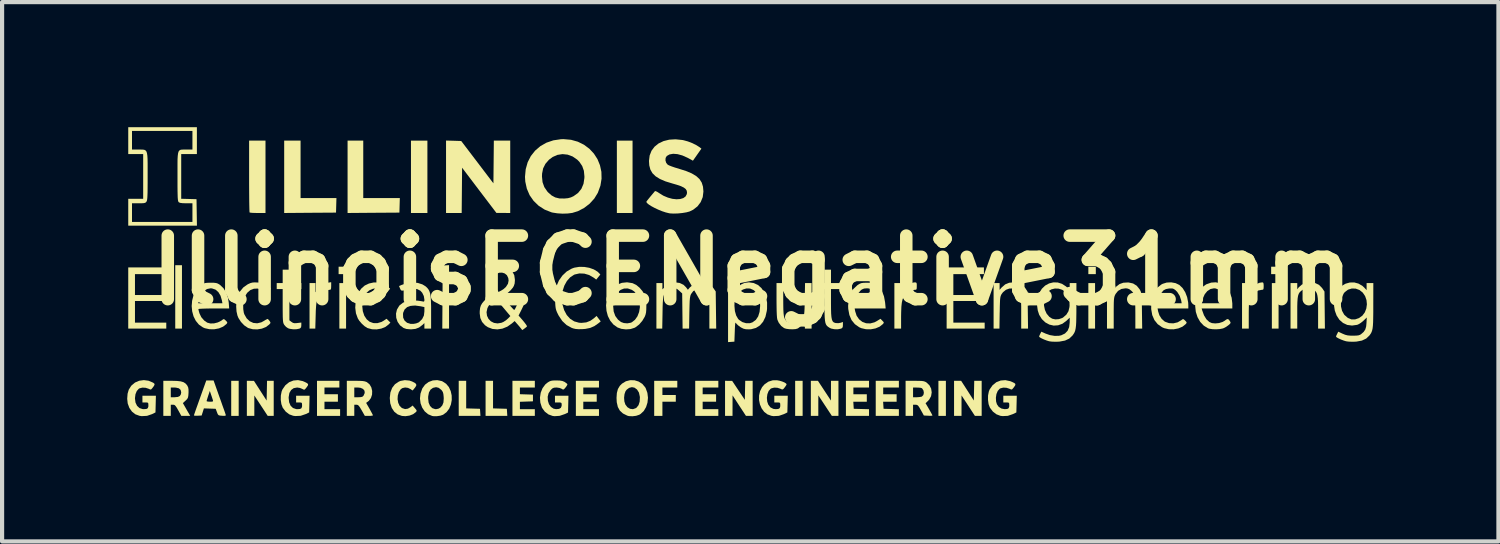
<source format=kicad_pcb>
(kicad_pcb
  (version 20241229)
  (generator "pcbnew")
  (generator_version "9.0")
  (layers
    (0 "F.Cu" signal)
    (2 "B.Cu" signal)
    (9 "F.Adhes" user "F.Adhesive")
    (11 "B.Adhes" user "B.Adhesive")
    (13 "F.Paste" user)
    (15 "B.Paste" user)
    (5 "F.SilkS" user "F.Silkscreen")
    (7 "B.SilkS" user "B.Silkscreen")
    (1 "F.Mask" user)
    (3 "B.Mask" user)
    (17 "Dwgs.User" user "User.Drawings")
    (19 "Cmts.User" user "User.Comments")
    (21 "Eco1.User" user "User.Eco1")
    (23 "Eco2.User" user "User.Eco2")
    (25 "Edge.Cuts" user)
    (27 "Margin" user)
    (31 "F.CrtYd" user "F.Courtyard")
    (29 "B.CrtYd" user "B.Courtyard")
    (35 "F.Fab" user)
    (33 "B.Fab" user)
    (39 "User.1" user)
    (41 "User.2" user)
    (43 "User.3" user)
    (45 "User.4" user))
  (footprint "IllinoisECENegative31mm"
    (layer "F.Cu")
    (at 14.979 3.434)
    (property "Reference" "IllinoisECENegative31mm" (at 0 0 0) (layer "F.SilkS") (effects (font (size 1.524 1.524) (thickness 0.3))))
    (attr board_only exclude_from_pos_files exclude_from_bom)
    (fp_poly (pts (xy -13.666 1.395) (xy -13.827 1.395) (xy -13.827 -0.125) (xy -13.666 -0.125)) (stroke (width 0) (type solid)) (fill yes) (layer "F.SilkS"))
    (fp_poly (pts (xy -12.306 3.488) (xy -12.485 3.488) (xy -12.485 2.647) (xy -12.306 2.647)) (stroke (width 0) (type solid)) (fill yes) (layer "F.SilkS"))
    (fp_poly (pts (xy -9.731 0.089) (xy -9.91 0.089) (xy -9.91 -0.089) (xy -9.731 -0.089)) (stroke (width 0) (type solid)) (fill yes) (layer "F.SilkS"))
    (fp_poly (pts (xy -9.731 1.395) (xy -9.892 1.395) (xy -9.892 0.304) (xy -9.731 0.304)) (stroke (width 0) (type solid)) (fill yes) (layer "F.SilkS"))
    (fp_poly (pts (xy -7.781 -1.377) (xy -8.175 -1.377) (xy -8.175 -3.112) (xy -7.781 -3.112)) (stroke (width 0) (type solid)) (fill yes) (layer "F.SilkS"))
    (fp_poly (pts (xy -2.862 -1.377) (xy -3.238 -1.377) (xy -3.238 -3.112) (xy -2.862 -3.112)) (stroke (width 0) (type solid)) (fill yes) (layer "F.SilkS"))
    (fp_poly (pts (xy 1.216 3.488) (xy 1.037 3.488) (xy 1.037 2.647) (xy 1.216 2.647)) (stroke (width 0) (type solid)) (fill yes) (layer "F.SilkS"))
    (fp_poly (pts (xy 4.651 3.488) (xy 4.472 3.488) (xy 4.472 2.647) (xy 4.651 2.647)) (stroke (width 0) (type solid)) (fill yes) (layer "F.SilkS"))
    (fp_poly (pts (xy 8.228 1.395) (xy 8.067 1.395) (xy 8.067 0.304) (xy 8.228 0.304)) (stroke (width 0) (type solid)) (fill yes) (layer "F.SilkS"))
    (fp_poly (pts (xy 8.246 0.089) (xy 8.067 0.089) (xy 8.067 -0.089) (xy 8.246 -0.089)) (stroke (width 0) (type solid)) (fill yes) (layer "F.SilkS"))
    (fp_poly (pts (xy 12.628 0.089) (xy 12.45 0.089) (xy 12.45 -0.089) (xy 12.628 -0.089)) (stroke (width 0) (type solid)) (fill yes) (layer "F.SilkS"))
    (fp_poly (pts (xy 12.628 1.395) (xy 12.467 1.395) (xy 12.467 0.304) (xy 12.628 0.304)) (stroke (width 0) (type solid)) (fill yes) (layer "F.SilkS"))
    (fp_poly (pts (xy -7.262 1.395) (xy -7.424 1.395) (xy -7.419 0.639) (xy -7.414 -0.116) (xy -7.338 -0.122) (xy -7.262 -0.127)) (stroke (width 0) (type solid)) (fill yes) (layer "F.SilkS"))
    (fp_poly (pts (xy -6.851 3.308) (xy -6.52 3.318) (xy -6.509 3.488) (xy -7.03 3.488) (xy -7.03 2.647) (xy -6.851 2.647)) (stroke (width 0) (type solid)) (fill yes) (layer "F.SilkS"))
    (fp_poly (pts (xy -6.207 3.308) (xy -6.041 3.313) (xy -5.876 3.318) (xy -5.865 3.488) (xy -6.386 3.488) (xy -6.386 2.647) (xy -6.207 2.647)) (stroke (width 0) (type solid)) (fill yes) (layer "F.SilkS"))
    (fp_poly (pts (xy -10.822 -1.735) (xy -9.962 -1.735) (xy -9.967 -1.561) (xy -9.972 -1.386) (xy -10.594 -1.382) (xy -11.215 -1.377) (xy -11.215 -3.112) (xy -10.822 -3.112)) (stroke (width 0) (type solid)) (fill yes) (layer "F.SilkS"))
    (fp_poly (pts (xy -9.319 -1.735) (xy -8.442 -1.735) (xy -8.447 -1.561) (xy -8.452 -1.386) (xy -9.073 -1.382) (xy -9.695 -1.377) (xy -9.695 -3.112) (xy -9.319 -3.112)) (stroke (width 0) (type solid)) (fill yes) (layer "F.SilkS"))
    (fp_poly (pts (xy -1.789 2.808) (xy -2.146 2.808) (xy -2.146 2.987) (xy -1.825 2.987) (xy -1.825 3.148) (xy -2.146 3.148) (xy -2.146 3.488) (xy -2.343 3.488) (xy -2.343 2.647) (xy -1.789 2.647)) (stroke (width 0) (type solid)) (fill yes) (layer "F.SilkS"))
    (fp_poly (pts (xy -11.466 3.488) (xy -11.61 3.488) (xy -11.77 3.244) (xy -11.931 2.999) (xy -11.931 3.488) (xy -12.11 3.488) (xy -12.11 2.647) (xy -11.94 2.648) (xy -11.636 3.121) (xy -11.626 2.647) (xy -11.466 2.647)) (stroke (width 0) (type solid)) (fill yes) (layer "F.SilkS"))
    (fp_poly (pts (xy -14.059 0.089) (xy -14.793 0.089) (xy -14.793 0.59) (xy -14.131 0.59) (xy -14.131 0.733) (xy -14.793 0.733) (xy -14.793 1.252) (xy -14.042 1.252) (xy -14.042 1.395) (xy -14.954 1.395) (xy -14.954 -0.072) (xy -14.059 -0.072)) (stroke (width 0) (type solid)) (fill yes) (layer "F.SilkS"))
    (fp_poly (pts (xy -9.892 2.808) (xy -10.249 2.808) (xy -10.249 2.969) (xy -9.927 2.969) (xy -9.927 3.148) (xy -10.249 3.148) (xy -10.249 3.327) (xy -9.874 3.327) (xy -9.874 3.488) (xy -10.428 3.488) (xy -10.428 2.647) (xy -9.892 2.647)) (stroke (width 0) (type solid)) (fill yes) (layer "F.SilkS"))
    (fp_poly (pts (xy -3.667 2.808) (xy -4.043 2.808) (xy -4.043 2.969) (xy -3.721 2.969) (xy -3.721 3.148) (xy -4.043 3.148) (xy -4.043 3.327) (xy -3.667 3.327) (xy -3.667 3.488) (xy -4.221 3.488) (xy -4.221 2.647) (xy -3.667 2.647)) (stroke (width 0) (type solid)) (fill yes) (layer "F.SilkS"))
    (fp_poly (pts (xy -0.805 2.808) (xy -1.181 2.808) (xy -1.181 2.969) (xy -0.859 2.969) (xy -0.859 3.148) (xy -1.181 3.148) (xy -1.181 3.327) (xy -0.805 3.327) (xy -0.805 3.488) (xy -1.359 3.488) (xy -1.359 2.647) (xy -0.805 2.647)) (stroke (width 0) (type solid)) (fill yes) (layer "F.SilkS"))
    (fp_poly (pts (xy 5.509 3.488) (xy 5.347 3.488) (xy 5.026 2.997) (xy 5.026 3.488) (xy 4.847 3.488) (xy 4.847 2.647) (xy 5.017 2.647) (xy 5.169 2.883) (xy 5.321 3.119) (xy 5.326 2.883) (xy 5.331 2.647) (xy 5.509 2.647)) (stroke (width 0) (type solid)) (fill yes) (layer "F.SilkS"))
    (fp_poly (pts (xy 5.563 0.089) (xy 4.83 0.089) (xy 4.83 0.59) (xy 5.491 0.59) (xy 5.491 0.733) (xy 4.83 0.733) (xy 4.83 1.252) (xy 5.581 1.252) (xy 5.581 1.395) (xy 4.669 1.395) (xy 4.669 -0.072) (xy 5.563 -0.072)) (stroke (width 0) (type solid)) (fill yes) (layer "F.SilkS"))
    (fp_poly (pts (xy -5.205 2.808) (xy -5.563 2.808) (xy -5.563 2.968) (xy -5.406 2.973) (xy -5.25 2.978) (xy -5.25 3.139) (xy -5.563 3.15) (xy -5.563 3.327) (xy -5.205 3.327) (xy -5.205 3.488) (xy -5.742 3.488) (xy -5.742 2.647) (xy -5.205 2.647)) (stroke (width 0) (type solid)) (fill yes) (layer "F.SilkS"))
    (fp_poly (pts (xy 1.739 2.884) (xy 1.895 3.121) (xy 1.896 2.647) (xy 2.075 2.647) (xy 2.075 3.488) (xy 1.917 3.488) (xy 1.755 3.242) (xy 1.593 2.996) (xy 1.592 3.242) (xy 1.592 3.488) (xy 1.413 3.488) (xy 1.413 2.647) (xy 1.583 2.647)) (stroke (width 0) (type solid)) (fill yes) (layer "F.SilkS"))
    (fp_poly (pts (xy 2.808 2.808) (xy 2.433 2.808) (xy 2.433 2.969) (xy 2.755 2.969) (xy 2.755 3.148) (xy 2.431 3.148) (xy 2.442 3.318) (xy 2.625 3.323) (xy 2.808 3.328) (xy 2.808 3.488) (xy 2.254 3.488) (xy 2.254 2.647) (xy 2.808 2.647)) (stroke (width 0) (type solid)) (fill yes) (layer "F.SilkS"))
    (fp_poly (pts (xy 3.524 2.808) (xy 3.148 2.808) (xy 3.148 2.969) (xy 3.47 2.969) (xy 3.47 3.148) (xy 3.146 3.148) (xy 3.157 3.318) (xy 3.34 3.323) (xy 3.524 3.328) (xy 3.524 3.488) (xy 2.969 3.488) (xy 2.969 2.647) (xy 3.524 2.647)) (stroke (width 0) (type solid)) (fill yes) (layer "F.SilkS"))
    (fp_poly (pts (xy 0.018 3.488) (xy -0.143 3.488) (xy -0.304 3.242) (xy -0.464 2.996) (xy -0.465 3.488) (xy -0.644 3.488) (xy -0.644 2.647) (xy -0.559 2.648) (xy -0.474 2.648) (xy -0.322 2.876) (xy -0.17 3.103) (xy -0.165 2.875) (xy -0.16 2.647) (xy 0.018 2.647)) (stroke (width 0) (type solid)) (fill yes) (layer "F.SilkS"))
    (fp_poly (pts (xy -11.663 -1.377) (xy -11.847 -1.377) (xy -11.925 -1.378) (xy -11.99 -1.381) (xy -12.032 -1.386) (xy -12.044 -1.389) (xy -12.047 -1.409) (xy -12.049 -1.461) (xy -12.051 -1.542) (xy -12.053 -1.648) (xy -12.054 -1.775) (xy -12.055 -1.921) (xy -12.056 -2.081) (xy -12.056 -2.253) (xy -12.056 -3.112) (xy -11.663 -3.112)) (stroke (width 0) (type solid)) (fill yes) (layer "F.SilkS"))
    (fp_poly (pts (xy -7.152 -3.109) (xy -6.97 -3.103) (xy -6.584 -2.596) (xy -6.198 -2.088) (xy -6.193 -2.6) (xy -6.188 -3.112) (xy -5.795 -3.112) (xy -5.795 -1.377) (xy -5.961 -1.378) (xy -6.126 -1.378) (xy -6.538 -1.92) (xy -6.949 -2.462) (xy -6.954 -1.919) (xy -6.959 -1.377) (xy -7.334 -1.377) (xy -7.334 -3.114)) (stroke (width 0) (type solid)) (fill yes) (layer "F.SilkS"))
    (fp_poly (pts (xy -10.088 0.373) (xy -10.09 0.427) (xy -10.097 0.454) (xy -10.114 0.464) (xy -10.134 0.465) (xy -10.21 0.48) (xy -10.288 0.52) (xy -10.342 0.566) (xy -10.379 0.608) (xy -10.406 0.653) (xy -10.427 0.705) (xy -10.441 0.771) (xy -10.45 0.856) (xy -10.457 0.966) (xy -10.46 1.078) (xy -10.469 1.395) (xy -10.607 1.395) (xy -10.607 0.304) (xy -10.464 0.304) (xy -10.464 0.524) (xy -10.412 0.452) (xy -10.33 0.366) (xy -10.232 0.311) (xy -10.164 0.294) (xy -10.088 0.282)) (stroke (width 0) (type solid)) (fill yes) (layer "F.SilkS"))
    (fp_poly (pts (xy 3.933 0.289) (xy 3.948 0.302) (xy 3.953 0.335) (xy 3.953 0.376) (xy 3.952 0.429) (xy 3.945 0.455) (xy 3.926 0.464) (xy 3.899 0.465) (xy 3.83 0.478) (xy 3.755 0.512) (xy 3.691 0.56) (xy 3.669 0.583) (xy 3.636 0.634) (xy 3.612 0.695) (xy 3.595 0.771) (xy 3.584 0.869) (xy 3.579 0.994) (xy 3.577 1.103) (xy 3.577 1.395) (xy 3.416 1.395) (xy 3.416 0.304) (xy 3.577 0.304) (xy 3.577 0.507) (xy 3.644 0.43) (xy 3.716 0.363) (xy 3.798 0.314) (xy 3.879 0.289) (xy 3.904 0.287)) (stroke (width 0) (type solid)) (fill yes) (layer "F.SilkS"))
    (fp_poly (pts (xy 12.258 0.293) (xy 12.268 0.317) (xy 12.271 0.368) (xy 12.271 0.376) (xy 12.269 0.429) (xy 12.262 0.455) (xy 12.244 0.464) (xy 12.227 0.465) (xy 12.14 0.482) (xy 12.058 0.529) (xy 11.988 0.602) (xy 11.947 0.671) (xy 11.935 0.702) (xy 11.926 0.738) (xy 11.92 0.785) (xy 11.916 0.85) (xy 11.914 0.937) (xy 11.913 1.054) (xy 11.913 1.069) (xy 11.913 1.395) (xy 11.752 1.395) (xy 11.752 0.304) (xy 11.913 0.304) (xy 11.913 0.482) (xy 11.992 0.403) (xy 12.078 0.336) (xy 12.171 0.296) (xy 12.239 0.286)) (stroke (width 0) (type solid)) (fill yes) (layer "F.SilkS"))
    (fp_poly (pts (xy -11.09 0.304) (xy -10.804 0.304) (xy -10.804 0.447) (xy -11.09 0.447) (xy -11.09 1.196) (xy -11.041 1.234) (xy -11.005 1.257) (xy -10.967 1.266) (xy -10.911 1.263) (xy -10.898 1.261) (xy -10.804 1.25) (xy -10.804 1.314) (xy -10.809 1.361) (xy -10.83 1.386) (xy -10.85 1.396) (xy -10.918 1.41) (xy -11.001 1.411) (xy -11.081 1.4) (xy -11.121 1.387) (xy -11.17 1.354) (xy -11.212 1.307) (xy -11.215 1.302) (xy -11.227 1.281) (xy -11.236 1.256) (xy -11.242 1.223) (xy -11.246 1.177) (xy -11.249 1.113) (xy -11.25 1.026) (xy -11.251 0.91) (xy -11.251 0.845) (xy -11.251 0.447) (xy -11.394 0.447) (xy -11.394 0.304) (xy -11.251 0.304) (xy -11.251 -0.018) (xy -11.09 -0.018)) (stroke (width 0) (type solid)) (fill yes) (layer "F.SilkS"))
    (fp_poly (pts (xy 6.379 0.302) (xy 6.475 0.346) (xy 6.549 0.417) (xy 6.559 0.431) (xy 6.609 0.507) (xy 6.615 0.951) (xy 6.621 1.395) (xy 6.457 1.395) (xy 6.457 1.01) (xy 6.457 0.865) (xy 6.454 0.751) (xy 6.449 0.664) (xy 6.439 0.598) (xy 6.425 0.55) (xy 6.406 0.515) (xy 6.38 0.488) (xy 6.347 0.466) (xy 6.263 0.433) (xy 6.175 0.434) (xy 6.092 0.464) (xy 6.02 0.523) (xy 5.984 0.572) (xy 5.972 0.596) (xy 5.962 0.624) (xy 5.955 0.66) (xy 5.95 0.71) (xy 5.947 0.779) (xy 5.944 0.873) (xy 5.942 0.996) (xy 5.941 1.015) (xy 5.935 1.395) (xy 5.795 1.395) (xy 5.795 0.304) (xy 5.939 0.304) (xy 5.939 0.466) (xy 5.992 0.405) (xy 6.073 0.335) (xy 6.168 0.296) (xy 6.263 0.287)) (stroke (width 0) (type solid)) (fill yes) (layer "F.SilkS"))
    (fp_poly (pts (xy 13.502 0.301) (xy 13.597 0.346) (xy 13.671 0.421) (xy 13.679 0.433) (xy 13.729 0.507) (xy 13.734 0.951) (xy 13.739 1.395) (xy 13.576 1.395) (xy 13.576 1.01) (xy 13.576 0.868) (xy 13.574 0.756) (xy 13.569 0.671) (xy 13.56 0.607) (xy 13.548 0.559) (xy 13.531 0.523) (xy 13.508 0.494) (xy 13.489 0.475) (xy 13.439 0.449) (xy 13.365 0.434) (xy 13.357 0.434) (xy 13.292 0.432) (xy 13.244 0.444) (xy 13.201 0.468) (xy 13.162 0.497) (xy 13.133 0.526) (xy 13.111 0.562) (xy 13.095 0.61) (xy 13.085 0.673) (xy 13.079 0.757) (xy 13.076 0.867) (xy 13.076 1.008) (xy 13.076 1.015) (xy 13.076 1.395) (xy 12.915 1.395) (xy 12.915 0.304) (xy 13.076 0.304) (xy 13.076 0.452) (xy 13.113 0.404) (xy 13.185 0.341) (xy 13.279 0.301) (xy 13.387 0.286) (xy 13.389 0.286)) (stroke (width 0) (type solid)) (fill yes) (layer "F.SilkS"))
    (fp_poly (pts (xy -13.787 2.65) (xy -13.697 2.66) (xy -13.631 2.679) (xy -13.583 2.709) (xy -13.545 2.751) (xy -13.538 2.762) (xy -13.518 2.803) (xy -13.509 2.851) (xy -13.508 2.919) (xy -13.509 2.94) (xy -13.514 3.007) (xy -13.523 3.051) (xy -13.541 3.083) (xy -13.573 3.116) (xy -13.58 3.122) (xy -13.644 3.181) (xy -13.6 3.258) (xy -13.562 3.325) (xy -13.522 3.395) (xy -13.512 3.412) (xy -13.468 3.488) (xy -13.681 3.488) (xy -13.755 3.354) (xy -13.793 3.288) (xy -13.821 3.248) (xy -13.844 3.227) (xy -13.869 3.22) (xy -13.882 3.22) (xy -13.934 3.22) (xy -13.934 3.488) (xy -14.113 3.488) (xy -14.113 3.041) (xy -13.934 3.041) (xy -13.842 3.041) (xy -13.763 3.033) (xy -13.717 3.011) (xy -13.692 2.97) (xy -13.684 2.923) (xy -13.698 2.865) (xy -13.74 2.827) (xy -13.812 2.81) (xy -13.849 2.808) (xy -13.934 2.808) (xy -13.934 3.041) (xy -14.113 3.041) (xy -14.113 2.647) (xy -13.906 2.647)) (stroke (width 0) (type solid)) (fill yes) (layer "F.SilkS"))
    (fp_poly (pts (xy 1.896 0.304) (xy 2.182 0.304) (xy 2.182 0.447) (xy 1.896 0.447) (xy 1.896 0.788) (xy 1.897 0.928) (xy 1.9 1.037) (xy 1.907 1.119) (xy 1.918 1.177) (xy 1.934 1.217) (xy 1.957 1.242) (xy 1.987 1.256) (xy 2.011 1.262) (xy 2.071 1.265) (xy 2.127 1.255) (xy 2.128 1.255) (xy 2.182 1.236) (xy 2.182 1.307) (xy 2.178 1.356) (xy 2.162 1.382) (xy 2.136 1.396) (xy 2.061 1.411) (xy 1.977 1.41) (xy 1.9 1.394) (xy 1.866 1.378) (xy 1.829 1.354) (xy 1.8 1.33) (xy 1.779 1.3) (xy 1.763 1.26) (xy 1.753 1.206) (xy 1.746 1.132) (xy 1.742 1.034) (xy 1.739 0.906) (xy 1.738 0.846) (xy 1.732 0.447) (xy 1.671 0.447) (xy 1.632 0.445) (xy 1.614 0.431) (xy 1.61 0.396) (xy 1.61 0.376) (xy 1.612 0.33) (xy 1.623 0.309) (xy 1.654 0.304) (xy 1.672 0.304) (xy 1.735 0.304) (xy 1.735 -0.018) (xy 1.896 -0.018)) (stroke (width 0) (type solid)) (fill yes) (layer "F.SilkS"))
    (fp_poly (pts (xy -12.77 3.027) (xy -12.729 3.14) (xy -12.693 3.244) (xy -12.661 3.332) (xy -12.637 3.4) (xy -12.623 3.443) (xy -12.619 3.453) (xy -12.615 3.474) (xy -12.626 3.484) (xy -12.658 3.487) (xy -12.703 3.485) (xy -12.758 3.48) (xy -12.789 3.47) (xy -12.809 3.445) (xy -12.827 3.399) (xy -12.857 3.318) (xy -13.14 3.308) (xy -13.194 3.479) (xy -13.287 3.484) (xy -13.339 3.485) (xy -13.372 3.481) (xy -13.379 3.476) (xy -13.373 3.455) (xy -13.356 3.406) (xy -13.331 3.333) (xy -13.298 3.241) (xy -13.26 3.134) (xy -13.076 3.134) (xy -13.06 3.142) (xy -13.019 3.147) (xy -12.994 3.148) (xy -12.945 3.147) (xy -12.923 3.139) (xy -12.921 3.122) (xy -12.925 3.108) (xy -12.938 3.068) (xy -12.957 3.01) (xy -12.968 2.979) (xy -12.998 2.89) (xy -13.037 3.005) (xy -13.056 3.065) (xy -13.07 3.111) (xy -13.076 3.134) (xy -13.26 3.134) (xy -13.26 3.134) (xy -13.23 3.05) (xy -13.083 2.638) (xy -12.908 2.638)) (stroke (width 0) (type solid)) (fill yes) (layer "F.SilkS"))
    (fp_poly (pts (xy -9.404 2.648) (xy -9.334 2.652) (xy -9.284 2.66) (xy -9.246 2.673) (xy -9.231 2.68) (xy -9.167 2.733) (xy -9.125 2.806) (xy -9.105 2.891) (xy -9.108 2.978) (xy -9.135 3.06) (xy -9.185 3.127) (xy -9.204 3.142) (xy -9.25 3.176) (xy -9.168 3.319) (xy -9.133 3.383) (xy -9.105 3.435) (xy -9.089 3.468) (xy -9.087 3.475) (xy -9.103 3.482) (xy -9.145 3.487) (xy -9.184 3.488) (xy -9.281 3.488) (xy -9.357 3.354) (xy -9.396 3.288) (xy -9.425 3.247) (xy -9.449 3.227) (xy -9.474 3.22) (xy -9.484 3.22) (xy -9.534 3.22) (xy -9.534 3.488) (xy -9.713 3.488) (xy -9.713 3.041) (xy -9.534 3.041) (xy -9.437 3.041) (xy -9.376 3.038) (xy -9.339 3.028) (xy -9.314 3.005) (xy -9.311 3.001) (xy -9.284 2.939) (xy -9.289 2.885) (xy -9.324 2.842) (xy -9.384 2.815) (xy -9.445 2.808) (xy -9.534 2.808) (xy -9.534 3.041) (xy -9.713 3.041) (xy -9.713 2.647) (xy -9.502 2.647)) (stroke (width 0) (type solid)) (fill yes) (layer "F.SilkS"))
    (fp_poly (pts (xy -8.213 2.641) (xy -8.148 2.663) (xy -8.083 2.696) (xy -8.051 2.726) (xy -8.047 2.759) (xy -8.071 2.8) (xy -8.079 2.811) (xy -8.11 2.849) (xy -8.13 2.874) (xy -8.132 2.877) (xy -8.148 2.872) (xy -8.179 2.85) (xy -8.185 2.846) (xy -8.247 2.816) (xy -8.316 2.807) (xy -8.381 2.822) (xy -8.421 2.849) (xy -8.466 2.918) (xy -8.491 3.002) (xy -8.496 3.09) (xy -8.481 3.174) (xy -8.448 3.246) (xy -8.396 3.296) (xy -8.388 3.301) (xy -8.316 3.325) (xy -8.249 3.315) (xy -8.194 3.284) (xy -8.135 3.24) (xy -8.081 3.302) (xy -8.049 3.341) (xy -8.038 3.365) (xy -8.046 3.385) (xy -8.058 3.398) (xy -8.123 3.447) (xy -8.21 3.481) (xy -8.307 3.495) (xy -8.391 3.489) (xy -8.493 3.453) (xy -8.575 3.388) (xy -8.635 3.298) (xy -8.672 3.185) (xy -8.683 3.058) (xy -8.668 2.926) (xy -8.626 2.816) (xy -8.559 2.729) (xy -8.467 2.667) (xy -8.427 2.65) (xy -8.322 2.631)) (stroke (width 0) (type solid)) (fill yes) (layer "F.SilkS"))
    (fp_poly (pts (xy 0.751 0.689) (xy 0.752 0.832) (xy 0.754 0.943) (xy 0.759 1.029) (xy 0.767 1.093) (xy 0.78 1.14) (xy 0.797 1.176) (xy 0.82 1.206) (xy 0.839 1.224) (xy 0.888 1.25) (xy 0.962 1.265) (xy 0.971 1.266) (xy 1.066 1.258) (xy 1.146 1.218) (xy 1.212 1.146) (xy 1.224 1.127) (xy 1.237 1.103) (xy 1.246 1.076) (xy 1.253 1.04) (xy 1.258 0.99) (xy 1.262 0.921) (xy 1.265 0.827) (xy 1.267 0.703) (xy 1.267 0.684) (xy 1.274 0.304) (xy 1.431 0.304) (xy 1.431 1.395) (xy 1.27 1.395) (xy 1.27 1.245) (xy 1.203 1.309) (xy 1.156 1.35) (xy 1.113 1.383) (xy 1.097 1.393) (xy 1.046 1.407) (xy 0.974 1.412) (xy 0.894 1.409) (xy 0.821 1.399) (xy 0.772 1.383) (xy 0.702 1.331) (xy 0.643 1.253) (xy 0.611 1.182) (xy 0.603 1.141) (xy 0.597 1.066) (xy 0.593 0.961) (xy 0.591 0.829) (xy 0.59 0.713) (xy 0.59 0.304) (xy 0.751 0.304)) (stroke (width 0) (type solid)) (fill yes) (layer "F.SilkS"))
    (fp_poly (pts (xy 9.035 0.29) (xy 9.14 0.313) (xy 9.227 0.367) (xy 9.296 0.452) (xy 9.309 0.475) (xy 9.321 0.5) (xy 9.33 0.528) (xy 9.337 0.563) (xy 9.342 0.612) (xy 9.346 0.678) (xy 9.349 0.766) (xy 9.351 0.883) (xy 9.352 0.97) (xy 9.358 1.395) (xy 9.194 1.395) (xy 9.194 1.042) (xy 9.193 0.898) (xy 9.19 0.784) (xy 9.185 0.697) (xy 9.176 0.631) (xy 9.163 0.581) (xy 9.144 0.542) (xy 9.12 0.51) (xy 9.097 0.487) (xy 9.046 0.448) (xy 8.997 0.432) (xy 8.957 0.429) (xy 8.859 0.445) (xy 8.779 0.491) (xy 8.719 0.566) (xy 8.716 0.573) (xy 8.702 0.601) (xy 8.692 0.63) (xy 8.685 0.664) (xy 8.68 0.71) (xy 8.677 0.773) (xy 8.676 0.859) (xy 8.675 0.972) (xy 8.675 1.023) (xy 8.675 1.395) (xy 8.514 1.395) (xy 8.514 0.304) (xy 8.675 0.304) (xy 8.675 0.448) (xy 8.737 0.387) (xy 8.815 0.327) (xy 8.906 0.295) (xy 9.016 0.289)) (stroke (width 0) (type solid)) (fill yes) (layer "F.SilkS"))
    (fp_poly (pts (xy -8.956 0.29) (xy -8.847 0.317) (xy -8.752 0.371) (xy -8.737 0.383) (xy -8.675 0.438) (xy -8.722 0.497) (xy -8.752 0.534) (xy -8.772 0.545) (xy -8.792 0.536) (xy -8.807 0.522) (xy -8.896 0.461) (xy -8.99 0.433) (xy -9.084 0.439) (xy -9.173 0.478) (xy -9.233 0.53) (xy -9.294 0.615) (xy -9.33 0.717) (xy -9.343 0.842) (xy -9.343 0.854) (xy -9.33 0.977) (xy -9.294 1.086) (xy -9.236 1.173) (xy -9.167 1.23) (xy -9.077 1.263) (xy -8.979 1.264) (xy -8.881 1.235) (xy -8.835 1.209) (xy -8.76 1.159) (xy -8.714 1.205) (xy -8.668 1.251) (xy -8.711 1.296) (xy -8.788 1.355) (xy -8.887 1.395) (xy -8.997 1.414) (xy -9.108 1.411) (xy -9.21 1.384) (xy -9.221 1.38) (xy -9.287 1.338) (xy -9.356 1.275) (xy -9.417 1.203) (xy -9.45 1.15) (xy -9.494 1.029) (xy -9.511 0.895) (xy -9.502 0.755) (xy -9.469 0.62) (xy -9.412 0.499) (xy -9.366 0.435) (xy -9.283 0.362) (xy -9.182 0.314) (xy -9.07 0.289)) (stroke (width 0) (type solid)) (fill yes) (layer "F.SilkS"))
    (fp_poly (pts (xy 4 2.648) (xy 4.067 2.65) (xy 4.113 2.656) (xy 4.147 2.666) (xy 4.176 2.68) (xy 4.187 2.688) (xy 4.256 2.754) (xy 4.298 2.835) (xy 4.311 2.925) (xy 4.296 3.015) (xy 4.251 3.097) (xy 4.219 3.132) (xy 4.164 3.184) (xy 4.247 3.326) (xy 4.283 3.39) (xy 4.311 3.441) (xy 4.327 3.473) (xy 4.329 3.479) (xy 4.313 3.484) (xy 4.271 3.486) (xy 4.226 3.484) (xy 4.123 3.479) (xy 4.052 3.35) (xy 4.015 3.286) (xy 3.988 3.247) (xy 3.965 3.228) (xy 3.939 3.221) (xy 3.922 3.22) (xy 3.864 3.22) (xy 3.864 3.488) (xy 3.685 3.488) (xy 3.685 2.808) (xy 3.864 2.808) (xy 3.864 3.041) (xy 3.954 3.041) (xy 4.014 3.037) (xy 4.062 3.029) (xy 4.077 3.023) (xy 4.111 2.988) (xy 4.123 2.936) (xy 4.114 2.88) (xy 4.085 2.834) (xy 4.071 2.822) (xy 4.043 2.814) (xy 3.993 2.81) (xy 3.958 2.809) (xy 3.864 2.808) (xy 3.685 2.808) (xy 3.685 2.647) (xy 3.906 2.647)) (stroke (width 0) (type solid)) (fill yes) (layer "F.SilkS"))
    (fp_poly (pts (xy -2.816 2.634) (xy -2.717 2.664) (xy -2.629 2.72) (xy -2.56 2.801) (xy -2.546 2.826) (xy -2.506 2.937) (xy -2.492 3.054) (xy -2.504 3.17) (xy -2.538 3.277) (xy -2.593 3.371) (xy -2.669 3.442) (xy -2.701 3.461) (xy -2.776 3.486) (xy -2.864 3.497) (xy -2.949 3.493) (xy -2.989 3.482) (xy -3.091 3.431) (xy -3.166 3.363) (xy -3.215 3.274) (xy -3.241 3.16) (xy -3.246 3.059) (xy -3.246 3.053) (xy -3.065 3.053) (xy -3.058 3.141) (xy -3.035 3.214) (xy -3.035 3.214) (xy -2.985 3.28) (xy -2.922 3.318) (xy -2.853 3.327) (xy -2.785 3.303) (xy -2.767 3.291) (xy -2.718 3.23) (xy -2.691 3.145) (xy -2.686 3.039) (xy -2.687 3.029) (xy -2.709 2.929) (xy -2.755 2.855) (xy -2.816 2.811) (xy -2.878 2.799) (xy -2.944 2.816) (xy -3.002 2.859) (xy -3.03 2.896) (xy -3.055 2.966) (xy -3.065 3.053) (xy -3.246 3.053) (xy -3.238 2.939) (xy -3.213 2.844) (xy -3.167 2.767) (xy -3.114 2.714) (xy -3.022 2.658) (xy -2.92 2.632)) (stroke (width 0) (type solid)) (fill yes) (layer "F.SilkS"))
    (fp_poly (pts (xy -14.467 2.645) (xy -14.361 2.69) (xy -14.35 2.697) (xy -14.327 2.716) (xy -14.323 2.739) (xy -14.34 2.773) (xy -14.378 2.824) (xy -14.403 2.851) (xy -14.425 2.856) (xy -14.461 2.84) (xy -14.467 2.837) (xy -14.538 2.814) (xy -14.615 2.81) (xy -14.682 2.827) (xy -14.701 2.837) (xy -14.749 2.891) (xy -14.781 2.969) (xy -14.793 3.063) (xy -14.793 3.069) (xy -14.78 3.168) (xy -14.743 3.246) (xy -14.685 3.3) (xy -14.609 3.325) (xy -14.581 3.327) (xy -14.519 3.322) (xy -14.486 3.304) (xy -14.472 3.265) (xy -14.471 3.236) (xy -14.473 3.191) (xy -14.485 3.171) (xy -14.518 3.166) (xy -14.542 3.166) (xy -14.614 3.166) (xy -14.614 3.005) (xy -14.291 3.005) (xy -14.296 3.205) (xy -14.301 3.405) (xy -14.381 3.445) (xy -14.504 3.487) (xy -14.631 3.494) (xy -14.684 3.486) (xy -14.783 3.45) (xy -14.865 3.385) (xy -14.928 3.296) (xy -14.967 3.189) (xy -14.979 3.078) (xy -14.97 2.956) (xy -14.941 2.858) (xy -14.887 2.773) (xy -14.876 2.759) (xy -14.791 2.688) (xy -14.69 2.645) (xy -14.579 2.63)) (stroke (width 0) (type solid)) (fill yes) (layer "F.SilkS"))
    (fp_poly (pts (xy 0.66 2.644) (xy 0.724 2.663) (xy 0.78 2.686) (xy 0.819 2.711) (xy 0.832 2.73) (xy 0.822 2.753) (xy 0.796 2.792) (xy 0.785 2.806) (xy 0.755 2.843) (xy 0.732 2.855) (xy 0.705 2.848) (xy 0.683 2.837) (xy 0.612 2.814) (xy 0.535 2.81) (xy 0.468 2.827) (xy 0.449 2.837) (xy 0.401 2.891) (xy 0.371 2.967) (xy 0.359 3.054) (xy 0.367 3.144) (xy 0.392 3.217) (xy 0.444 3.284) (xy 0.514 3.32) (xy 0.572 3.327) (xy 0.632 3.322) (xy 0.666 3.303) (xy 0.679 3.263) (xy 0.68 3.236) (xy 0.678 3.191) (xy 0.666 3.171) (xy 0.633 3.166) (xy 0.608 3.166) (xy 0.537 3.166) (xy 0.537 3.005) (xy 0.86 3.005) (xy 0.855 3.205) (xy 0.85 3.405) (xy 0.769 3.445) (xy 0.647 3.487) (xy 0.52 3.494) (xy 0.466 3.486) (xy 0.371 3.451) (xy 0.293 3.39) (xy 0.233 3.308) (xy 0.192 3.212) (xy 0.171 3.107) (xy 0.172 2.999) (xy 0.196 2.894) (xy 0.244 2.799) (xy 0.303 2.731) (xy 0.396 2.667) (xy 0.498 2.635) (xy 0.598 2.633)) (stroke (width 0) (type solid)) (fill yes) (layer "F.SilkS"))
    (fp_poly (pts (xy 6.195 2.656) (xy 6.239 2.674) (xy 6.292 2.7) (xy 6.317 2.723) (xy 6.315 2.751) (xy 6.289 2.792) (xy 6.264 2.824) (xy 6.239 2.851) (xy 6.217 2.856) (xy 6.181 2.84) (xy 6.175 2.837) (xy 6.103 2.814) (xy 6.027 2.81) (xy 5.96 2.827) (xy 5.941 2.837) (xy 5.894 2.89) (xy 5.863 2.965) (xy 5.85 3.053) (xy 5.855 3.144) (xy 5.875 3.21) (xy 5.918 3.271) (xy 5.984 3.312) (xy 6.061 3.327) (xy 6.123 3.322) (xy 6.156 3.304) (xy 6.17 3.265) (xy 6.171 3.236) (xy 6.169 3.191) (xy 6.157 3.171) (xy 6.124 3.166) (xy 6.1 3.166) (xy 6.028 3.166) (xy 6.028 3.005) (xy 6.351 3.005) (xy 6.346 3.205) (xy 6.341 3.405) (xy 6.261 3.444) (xy 6.136 3.487) (xy 6.01 3.493) (xy 5.958 3.486) (xy 5.863 3.45) (xy 5.778 3.385) (xy 5.709 3.294) (xy 5.706 3.29) (xy 5.675 3.207) (xy 5.661 3.105) (xy 5.662 2.999) (xy 5.681 2.903) (xy 5.701 2.853) (xy 5.772 2.752) (xy 5.861 2.68) (xy 5.965 2.64) (xy 6.077 2.631)) (stroke (width 0) (type solid)) (fill yes) (layer "F.SilkS"))
    (fp_poly (pts (xy -10.769 2.654) (xy -10.718 2.676) (xy -10.666 2.703) (xy -10.642 2.726) (xy -10.644 2.754) (xy -10.671 2.795) (xy -10.695 2.826) (xy -10.721 2.855) (xy -10.742 2.86) (xy -10.776 2.844) (xy -10.783 2.84) (xy -10.838 2.818) (xy -10.901 2.808) (xy -10.906 2.808) (xy -10.987 2.823) (xy -11.049 2.868) (xy -11.09 2.938) (xy -11.107 3.034) (xy -11.108 3.058) (xy -11.096 3.163) (xy -11.061 3.244) (xy -11.004 3.299) (xy -10.928 3.325) (xy -10.896 3.327) (xy -10.834 3.322) (xy -10.801 3.304) (xy -10.787 3.265) (xy -10.786 3.236) (xy -10.788 3.191) (xy -10.8 3.171) (xy -10.833 3.166) (xy -10.858 3.166) (xy -10.929 3.166) (xy -10.929 3.005) (xy -10.606 3.005) (xy -10.611 3.205) (xy -10.616 3.405) (xy -10.697 3.444) (xy -10.82 3.486) (xy -10.948 3.492) (xy -11 3.485) (xy -11.093 3.451) (xy -11.178 3.386) (xy -11.247 3.296) (xy -11.251 3.29) (xy -11.282 3.207) (xy -11.297 3.105) (xy -11.295 2.999) (xy -11.276 2.903) (xy -11.256 2.853) (xy -11.186 2.753) (xy -11.097 2.681) (xy -10.994 2.64) (xy -10.884 2.63)) (stroke (width 0) (type solid)) (fill yes) (layer "F.SilkS"))
    (fp_poly (pts (xy -7.436 2.654) (xy -7.418 2.662) (xy -7.332 2.718) (xy -7.266 2.797) (xy -7.222 2.893) (xy -7.199 2.998) (xy -7.197 3.108) (xy -7.217 3.215) (xy -7.258 3.314) (xy -7.321 3.398) (xy -7.405 3.461) (xy -7.406 3.461) (xy -7.471 3.483) (xy -7.552 3.495) (xy -7.631 3.495) (xy -7.666 3.49) (xy -7.765 3.448) (xy -7.846 3.379) (xy -7.906 3.29) (xy -7.945 3.186) (xy -7.959 3.073) (xy -7.959 3.068) (xy -7.763 3.068) (xy -7.752 3.17) (xy -7.718 3.249) (xy -7.665 3.302) (xy -7.595 3.326) (xy -7.574 3.327) (xy -7.518 3.316) (xy -7.473 3.292) (xy -7.424 3.237) (xy -7.396 3.165) (xy -7.389 3.068) (xy -7.391 3.032) (xy -7.398 2.963) (xy -7.411 2.916) (xy -7.434 2.88) (xy -7.448 2.864) (xy -7.51 2.815) (xy -7.573 2.799) (xy -7.644 2.815) (xy -7.647 2.816) (xy -7.706 2.858) (xy -7.744 2.926) (xy -7.762 3.022) (xy -7.763 3.068) (xy -7.959 3.068) (xy -7.947 2.955) (xy -7.907 2.84) (xy -7.902 2.828) (xy -7.837 2.739) (xy -7.752 2.675) (xy -7.652 2.638) (xy -7.544 2.63)) (stroke (width 0) (type solid)) (fill yes) (layer "F.SilkS"))
    (fp_poly (pts (xy -4.605 2.641) (xy -4.545 2.651) (xy -4.498 2.67) (xy -4.491 2.674) (xy -4.451 2.702) (xy -4.426 2.724) (xy -4.424 2.728) (xy -4.431 2.752) (xy -4.455 2.79) (xy -4.469 2.807) (xy -4.501 2.844) (xy -4.523 2.857) (xy -4.545 2.85) (xy -4.562 2.838) (xy -4.612 2.818) (xy -4.679 2.808) (xy -4.689 2.808) (xy -4.745 2.812) (xy -4.784 2.829) (xy -4.824 2.867) (xy -4.826 2.87) (xy -4.876 2.945) (xy -4.897 3.029) (xy -4.892 3.126) (xy -4.866 3.208) (xy -4.819 3.273) (xy -4.756 3.315) (xy -4.696 3.327) (xy -4.624 3.32) (xy -4.581 3.295) (xy -4.563 3.251) (xy -4.561 3.228) (xy -4.563 3.19) (xy -4.575 3.172) (xy -4.606 3.166) (xy -4.642 3.166) (xy -4.722 3.166) (xy -4.722 3.005) (xy -4.399 3.005) (xy -4.404 3.206) (xy -4.409 3.408) (xy -4.49 3.446) (xy -4.611 3.487) (xy -4.733 3.495) (xy -4.78 3.489) (xy -4.88 3.452) (xy -4.966 3.386) (xy -5.03 3.298) (xy -5.036 3.286) (xy -5.073 3.17) (xy -5.082 3.05) (xy -5.064 2.932) (xy -5.021 2.825) (xy -4.955 2.735) (xy -4.904 2.692) (xy -4.86 2.664) (xy -4.82 2.648) (xy -4.771 2.64) (xy -4.701 2.638) (xy -4.689 2.638)) (stroke (width 0) (type solid)) (fill yes) (layer "F.SilkS"))
    (fp_poly (pts (xy -4.021 -0.084) (xy -3.9 -0.063) (xy -3.79 -0.024) (xy -3.7 0.031) (xy -3.672 0.058) (xy -3.634 0.098) (xy -3.683 0.159) (xy -3.733 0.22) (xy -3.795 0.173) (xy -3.902 0.111) (xy -4.018 0.077) (xy -4.136 0.072) (xy -4.247 0.097) (xy -4.266 0.105) (xy -4.358 0.166) (xy -4.436 0.254) (xy -4.497 0.364) (xy -4.538 0.489) (xy -4.557 0.624) (xy -4.552 0.763) (xy -4.544 0.808) (xy -4.503 0.951) (xy -4.44 1.069) (xy -4.358 1.16) (xy -4.26 1.222) (xy -4.146 1.254) (xy -4.087 1.258) (xy -3.971 1.246) (xy -3.872 1.207) (xy -3.788 1.147) (xy -3.725 1.091) (xy -3.675 1.157) (xy -3.625 1.222) (xy -3.677 1.265) (xy -3.777 1.335) (xy -3.878 1.379) (xy -3.993 1.402) (xy -4.069 1.408) (xy -4.159 1.409) (xy -4.226 1.404) (xy -4.283 1.391) (xy -4.322 1.377) (xy -4.444 1.31) (xy -4.547 1.213) (xy -4.632 1.086) (xy -4.645 1.061) (xy -4.674 1.002) (xy -4.693 0.953) (xy -4.705 0.905) (xy -4.712 0.848) (xy -4.717 0.771) (xy -4.719 0.714) (xy -4.722 0.615) (xy -4.72 0.542) (xy -4.714 0.483) (xy -4.702 0.428) (xy -4.687 0.379) (xy -4.627 0.241) (xy -4.543 0.122) (xy -4.44 0.025) (xy -4.321 -0.043) (xy -4.262 -0.065) (xy -4.145 -0.085)) (stroke (width 0) (type solid)) (fill yes) (layer "F.SilkS"))
    (fp_poly (pts (xy -2.866 0.305) (xy -2.859 0.307) (xy -2.776 0.347) (xy -2.695 0.413) (xy -2.624 0.497) (xy -2.581 0.569) (xy -2.558 0.621) (xy -2.543 0.667) (xy -2.535 0.719) (xy -2.532 0.787) (xy -2.531 0.85) (xy -2.533 0.943) (xy -2.539 1.011) (xy -2.552 1.065) (xy -2.57 1.111) (xy -2.628 1.209) (xy -2.704 1.297) (xy -2.789 1.362) (xy -2.815 1.376) (xy -2.91 1.406) (xy -3.02 1.414) (xy -3.129 1.401) (xy -3.222 1.368) (xy -3.32 1.298) (xy -3.398 1.204) (xy -3.454 1.093) (xy -3.487 0.969) (xy -3.496 0.85) (xy -3.327 0.85) (xy -3.315 0.983) (xy -3.276 1.092) (xy -3.211 1.18) (xy -3.139 1.237) (xy -3.07 1.262) (xy -2.987 1.269) (xy -2.908 1.255) (xy -2.881 1.244) (xy -2.805 1.185) (xy -2.745 1.101) (xy -2.705 0.998) (xy -2.686 0.884) (xy -2.691 0.766) (xy -2.708 0.693) (xy -2.755 0.584) (xy -2.822 0.504) (xy -2.881 0.465) (xy -2.975 0.433) (xy -3.065 0.434) (xy -3.147 0.466) (xy -3.218 0.524) (xy -3.274 0.606) (xy -3.311 0.709) (xy -3.327 0.83) (xy -3.327 0.85) (xy -3.496 0.85) (xy -3.497 0.84) (xy -3.483 0.711) (xy -3.445 0.588) (xy -3.382 0.476) (xy -3.331 0.416) (xy -3.232 0.342) (xy -3.118 0.298) (xy -2.994 0.285)) (stroke (width 0) (type solid)) (fill yes) (layer "F.SilkS"))
    (fp_poly (pts (xy 11.227 0.309) (xy 11.32 0.361) (xy 11.4 0.437) (xy 11.462 0.536) (xy 11.503 0.655) (xy 11.519 0.791) (xy 11.519 0.808) (xy 11.519 0.912) (xy 10.784 0.912) (xy 10.795 0.953) (xy 10.84 1.077) (xy 10.898 1.172) (xy 10.967 1.236) (xy 11.029 1.263) (xy 11.111 1.271) (xy 11.201 1.262) (xy 11.284 1.236) (xy 11.329 1.211) (xy 11.378 1.176) (xy 11.41 1.166) (xy 11.434 1.179) (xy 11.458 1.211) (xy 11.475 1.241) (xy 11.476 1.262) (xy 11.457 1.287) (xy 11.424 1.315) (xy 11.368 1.355) (xy 11.307 1.386) (xy 11.29 1.392) (xy 11.218 1.406) (xy 11.131 1.412) (xy 11.044 1.409) (xy 10.97 1.398) (xy 10.937 1.388) (xy 10.834 1.324) (xy 10.749 1.234) (xy 10.685 1.122) (xy 10.644 0.995) (xy 10.629 0.859) (xy 10.633 0.787) (xy 10.787 0.787) (xy 11.363 0.787) (xy 11.351 0.714) (xy 11.321 0.605) (xy 11.269 0.52) (xy 11.2 0.461) (xy 11.115 0.432) (xy 11.079 0.429) (xy 10.996 0.446) (xy 10.921 0.494) (xy 10.859 0.569) (xy 10.814 0.665) (xy 10.798 0.729) (xy 10.787 0.787) (xy 10.633 0.787) (xy 10.633 0.781) (xy 10.664 0.63) (xy 10.717 0.505) (xy 10.793 0.406) (xy 10.891 0.335) (xy 10.898 0.332) (xy 11.013 0.292) (xy 11.123 0.285)) (stroke (width 0) (type solid)) (fill yes) (layer "F.SilkS"))
    (fp_poly (pts (xy 10.159 0.305) (xy 10.248 0.348) (xy 10.326 0.422) (xy 10.39 0.523) (xy 10.436 0.642) (xy 10.461 0.772) (xy 10.464 0.836) (xy 10.464 0.912) (xy 9.727 0.912) (xy 9.739 0.979) (xy 9.77 1.075) (xy 9.824 1.16) (xy 9.893 1.222) (xy 9.906 1.23) (xy 10.001 1.264) (xy 10.105 1.269) (xy 10.207 1.245) (xy 10.297 1.193) (xy 10.308 1.184) (xy 10.332 1.168) (xy 10.353 1.172) (xy 10.385 1.2) (xy 10.388 1.203) (xy 10.418 1.236) (xy 10.424 1.256) (xy 10.409 1.279) (xy 10.402 1.287) (xy 10.324 1.349) (xy 10.224 1.391) (xy 10.112 1.412) (xy 9.996 1.41) (xy 9.886 1.385) (xy 9.836 1.363) (xy 9.73 1.289) (xy 9.651 1.191) (xy 9.599 1.071) (xy 9.574 0.928) (xy 9.574 0.805) (xy 9.577 0.787) (xy 9.727 0.787) (xy 10.305 0.787) (xy 10.293 0.72) (xy 10.258 0.611) (xy 10.2 0.518) (xy 10.157 0.474) (xy 10.117 0.445) (xy 10.079 0.432) (xy 10.027 0.432) (xy 10.004 0.433) (xy 9.928 0.447) (xy 9.874 0.475) (xy 9.863 0.484) (xy 9.803 0.56) (xy 9.758 0.654) (xy 9.739 0.721) (xy 9.727 0.787) (xy 9.577 0.787) (xy 9.596 0.651) (xy 9.643 0.522) (xy 9.715 0.419) (xy 9.812 0.341) (xy 9.849 0.321) (xy 9.946 0.291) (xy 10.054 0.286)) (stroke (width 0) (type solid)) (fill yes) (layer "F.SilkS"))
    (fp_poly (pts (xy -11.85 0.29) (xy -11.773 0.297) (xy -11.718 0.31) (xy -11.668 0.333) (xy -11.627 0.36) (xy -11.579 0.394) (xy -11.547 0.42) (xy -11.537 0.432) (xy -11.548 0.452) (xy -11.574 0.488) (xy -11.584 0.5) (xy -11.615 0.535) (xy -11.635 0.545) (xy -11.656 0.534) (xy -11.669 0.522) (xy -11.758 0.462) (xy -11.85 0.435) (xy -11.942 0.439) (xy -12.028 0.473) (xy -12.101 0.536) (xy -12.158 0.626) (xy -12.172 0.66) (xy -12.19 0.739) (xy -12.198 0.834) (xy -12.196 0.93) (xy -12.183 1.015) (xy -12.171 1.051) (xy -12.115 1.149) (xy -12.041 1.219) (xy -11.955 1.259) (xy -11.861 1.268) (xy -11.764 1.245) (xy -11.71 1.216) (xy -11.662 1.187) (xy -11.625 1.168) (xy -11.613 1.163) (xy -11.594 1.177) (xy -11.568 1.208) (xy -11.567 1.209) (xy -11.546 1.242) (xy -11.546 1.265) (xy -11.571 1.294) (xy -11.574 1.298) (xy -11.652 1.357) (xy -11.75 1.396) (xy -11.86 1.414) (xy -11.971 1.41) (xy -12.072 1.383) (xy -12.088 1.375) (xy -12.173 1.317) (xy -12.251 1.235) (xy -12.312 1.14) (xy -12.335 1.085) (xy -12.358 0.983) (xy -12.366 0.863) (xy -12.359 0.744) (xy -12.338 0.639) (xy -12.335 0.632) (xy -12.278 0.509) (xy -12.196 0.409) (xy -12.094 0.336) (xy -12.083 0.33) (xy -12.026 0.304) (xy -11.977 0.291) (xy -11.923 0.287)) (stroke (width 0) (type solid)) (fill yes) (layer "F.SilkS"))
    (fp_poly (pts (xy 2.838 0.297) (xy 2.891 0.302) (xy 2.93 0.316) (xy 2.97 0.339) (xy 2.977 0.344) (xy 3.061 0.417) (xy 3.124 0.509) (xy 3.167 0.622) (xy 3.193 0.763) (xy 3.196 0.792) (xy 3.207 0.912) (xy 2.464 0.912) (xy 2.476 0.979) (xy 2.511 1.087) (xy 2.57 1.172) (xy 2.647 1.233) (xy 2.738 1.267) (xy 2.838 1.271) (xy 2.94 1.244) (xy 2.993 1.216) (xy 3.083 1.16) (xy 3.128 1.206) (xy 3.157 1.237) (xy 3.162 1.258) (xy 3.145 1.281) (xy 3.14 1.287) (xy 3.062 1.349) (xy 2.962 1.391) (xy 2.85 1.412) (xy 2.734 1.41) (xy 2.624 1.385) (xy 2.574 1.363) (xy 2.469 1.289) (xy 2.389 1.191) (xy 2.337 1.069) (xy 2.31 0.924) (xy 2.307 0.85) (xy 2.313 0.787) (xy 2.464 0.787) (xy 3.042 0.787) (xy 3.03 0.72) (xy 2.997 0.614) (xy 2.941 0.522) (xy 2.897 0.476) (xy 2.848 0.444) (xy 2.791 0.431) (xy 2.755 0.429) (xy 2.688 0.435) (xy 2.637 0.457) (xy 2.612 0.476) (xy 2.546 0.552) (xy 2.497 0.649) (xy 2.477 0.721) (xy 2.464 0.787) (xy 2.313 0.787) (xy 2.322 0.694) (xy 2.363 0.559) (xy 2.432 0.446) (xy 2.527 0.356) (xy 2.543 0.345) (xy 2.586 0.319) (xy 2.626 0.304) (xy 2.676 0.297) (xy 2.749 0.295) (xy 2.762 0.295)) (stroke (width 0) (type solid)) (fill yes) (layer "F.SilkS"))
    (fp_poly (pts (xy -1.731 0.301) (xy -1.64 0.345) (xy -1.58 0.404) (xy -1.535 0.464) (xy -1.488 0.408) (xy -1.41 0.343) (xy -1.311 0.301) (xy -1.198 0.287) (xy -1.092 0.299) (xy -1.006 0.34) (xy -0.932 0.413) (xy -0.921 0.428) (xy -0.868 0.504) (xy -0.862 0.95) (xy -0.856 1.395) (xy -1.02 1.395) (xy -1.02 1.001) (xy -1.02 0.86) (xy -1.022 0.751) (xy -1.026 0.667) (xy -1.034 0.605) (xy -1.046 0.559) (xy -1.063 0.524) (xy -1.085 0.496) (xy -1.115 0.47) (xy -1.12 0.467) (xy -1.188 0.434) (xy -1.264 0.43) (xy -1.341 0.453) (xy -1.409 0.499) (xy -1.459 0.566) (xy -1.46 0.568) (xy -1.472 0.595) (xy -1.48 0.629) (xy -1.487 0.673) (xy -1.492 0.735) (xy -1.495 0.818) (xy -1.498 0.929) (xy -1.5 1.015) (xy -1.506 1.395) (xy -1.662 1.395) (xy -1.667 0.973) (xy -1.672 0.552) (xy -1.742 0.488) (xy -1.786 0.451) (xy -1.822 0.434) (xy -1.866 0.431) (xy -1.899 0.434) (xy -1.982 0.453) (xy -2.032 0.485) (xy -2.065 0.517) (xy -2.09 0.549) (xy -2.109 0.585) (xy -2.122 0.631) (xy -2.131 0.693) (xy -2.137 0.775) (xy -2.141 0.882) (xy -2.143 1.015) (xy -2.15 1.395) (xy -2.29 1.395) (xy -2.29 0.304) (xy -2.146 0.304) (xy -2.146 0.454) (xy -2.079 0.39) (xy -2.017 0.336) (xy -1.962 0.304) (xy -1.904 0.289) (xy -1.842 0.286)) (stroke (width 0) (type solid)) (fill yes) (layer "F.SilkS"))
    (fp_poly (pts (xy -4.337 -3.132) (xy -4.173 -3.086) (xy -4.026 -3.013) (xy -3.897 -2.917) (xy -3.789 -2.801) (xy -3.703 -2.668) (xy -3.643 -2.521) (xy -3.609 -2.364) (xy -3.605 -2.2) (xy -3.632 -2.033) (xy -3.693 -1.865) (xy -3.694 -1.862) (xy -3.779 -1.723) (xy -3.892 -1.599) (xy -4.025 -1.497) (xy -4.173 -1.42) (xy -4.307 -1.379) (xy -4.416 -1.365) (xy -4.54 -1.361) (xy -4.665 -1.369) (xy -4.775 -1.386) (xy -4.805 -1.393) (xy -4.969 -1.458) (xy -5.113 -1.55) (xy -5.234 -1.667) (xy -5.33 -1.804) (xy -5.397 -1.96) (xy -5.434 -2.13) (xy -5.441 -2.245) (xy -5.44 -2.254) (xy -5.034 -2.254) (xy -5.02 -2.116) (xy -4.978 -1.998) (xy -4.906 -1.893) (xy -4.887 -1.872) (xy -4.802 -1.797) (xy -4.715 -1.75) (xy -4.616 -1.726) (xy -4.497 -1.724) (xy -4.41 -1.732) (xy -4.34 -1.751) (xy -4.277 -1.78) (xy -4.168 -1.858) (xy -4.089 -1.956) (xy -4.038 -2.076) (xy -4.017 -2.215) (xy -4.016 -2.254) (xy -4.029 -2.389) (xy -4.069 -2.503) (xy -4.137 -2.604) (xy -4.19 -2.657) (xy -4.299 -2.732) (xy -4.418 -2.776) (xy -4.541 -2.789) (xy -4.664 -2.77) (xy -4.779 -2.719) (xy -4.866 -2.654) (xy -4.951 -2.556) (xy -5.006 -2.447) (xy -5.031 -2.322) (xy -5.034 -2.254) (xy -5.44 -2.254) (xy -5.424 -2.426) (xy -5.377 -2.593) (xy -5.301 -2.742) (xy -5.198 -2.872) (xy -5.072 -2.98) (xy -4.926 -3.063) (xy -4.761 -3.119) (xy -4.579 -3.146) (xy -4.516 -3.148)) (stroke (width 0) (type solid)) (fill yes) (layer "F.SilkS"))
    (fp_poly (pts (xy 0.044 0.303) (xy 0.144 0.349) (xy 0.228 0.423) (xy 0.294 0.52) (xy 0.34 0.638) (xy 0.364 0.773) (xy 0.363 0.922) (xy 0.357 0.971) (xy 0.324 1.114) (xy 0.268 1.23) (xy 0.192 1.319) (xy 0.097 1.379) (xy -0.017 1.41) (xy -0.076 1.413) (xy -0.149 1.41) (xy -0.203 1.397) (xy -0.257 1.37) (xy -0.272 1.361) (xy -0.324 1.323) (xy -0.365 1.285) (xy -0.379 1.267) (xy -0.388 1.254) (xy -0.396 1.257) (xy -0.401 1.28) (xy -0.405 1.328) (xy -0.409 1.405) (xy -0.411 1.467) (xy -0.42 1.708) (xy -0.572 1.719) (xy -0.572 0.849) (xy -0.419 0.849) (xy -0.419 0.85) (xy -0.408 0.974) (xy -0.378 1.08) (xy -0.331 1.162) (xy -0.307 1.187) (xy -0.228 1.239) (xy -0.139 1.266) (xy -0.05 1.266) (xy 0.014 1.245) (xy 0.094 1.186) (xy 0.15 1.103) (xy 0.184 0.994) (xy 0.197 0.857) (xy 0.197 0.842) (xy 0.194 0.76) (xy 0.185 0.699) (xy 0.165 0.643) (xy 0.148 0.607) (xy 0.106 0.54) (xy 0.058 0.486) (xy 0.038 0.47) (xy -0.045 0.434) (xy -0.131 0.432) (xy -0.217 0.459) (xy -0.294 0.515) (xy -0.359 0.598) (xy -0.367 0.611) (xy -0.395 0.666) (xy -0.41 0.715) (xy -0.417 0.771) (xy -0.419 0.849) (xy -0.572 0.849) (xy -0.572 0.304) (xy -0.411 0.304) (xy -0.411 0.483) (xy -0.348 0.413) (xy -0.266 0.34) (xy -0.177 0.299) (xy -0.072 0.286) (xy -0.07 0.286)) (stroke (width 0) (type solid)) (fill yes) (layer "F.SilkS"))
    (fp_poly (pts (xy -12.9 0.296) (xy -12.848 0.302) (xy -12.809 0.314) (xy -12.77 0.336) (xy -12.751 0.35) (xy -12.671 0.426) (xy -12.608 0.529) (xy -12.564 0.652) (xy -12.544 0.774) (xy -12.534 0.912) (xy -12.903 0.912) (xy -13.014 0.913) (xy -13.111 0.915) (xy -13.19 0.918) (xy -13.245 0.921) (xy -13.271 0.926) (xy -13.272 0.927) (xy -13.268 0.951) (xy -13.256 0.997) (xy -13.246 1.03) (xy -13.202 1.122) (xy -13.132 1.202) (xy -13.06 1.252) (xy -12.986 1.272) (xy -12.897 1.27) (xy -12.806 1.247) (xy -12.724 1.206) (xy -12.695 1.184) (xy -12.671 1.168) (xy -12.65 1.172) (xy -12.618 1.2) (xy -12.615 1.203) (xy -12.585 1.236) (xy -12.579 1.256) (xy -12.594 1.279) (xy -12.601 1.287) (xy -12.679 1.348) (xy -12.778 1.39) (xy -12.891 1.411) (xy -13.006 1.41) (xy -13.117 1.386) (xy -13.163 1.366) (xy -13.259 1.3) (xy -13.334 1.209) (xy -13.388 1.102) (xy -13.421 0.981) (xy -13.433 0.855) (xy -13.427 0.787) (xy -13.275 0.787) (xy -12.696 0.787) (xy -12.708 0.72) (xy -12.741 0.607) (xy -12.793 0.52) (xy -12.862 0.46) (xy -12.945 0.432) (xy -12.979 0.429) (xy -13.064 0.446) (xy -13.14 0.495) (xy -13.203 0.57) (xy -13.248 0.669) (xy -13.263 0.729) (xy -13.275 0.787) (xy -13.427 0.787) (xy -13.423 0.728) (xy -13.392 0.605) (xy -13.339 0.494) (xy -13.264 0.399) (xy -13.196 0.344) (xy -13.155 0.319) (xy -13.115 0.304) (xy -13.065 0.297) (xy -12.993 0.295) (xy -12.976 0.295)) (stroke (width 0) (type solid)) (fill yes) (layer "F.SilkS"))
    (fp_poly (pts (xy -8.011 0.3) (xy -7.901 0.335) (xy -7.819 0.386) (xy -7.782 0.422) (xy -7.752 0.461) (xy -7.73 0.507) (xy -7.713 0.565) (xy -7.702 0.639) (xy -7.696 0.735) (xy -7.692 0.858) (xy -7.692 1.011) (xy -7.692 1.395) (xy -7.853 1.395) (xy -7.853 1.263) (xy -7.902 1.309) (xy -7.981 1.369) (xy -8.067 1.402) (xy -8.172 1.413) (xy -8.178 1.413) (xy -8.283 1.404) (xy -8.353 1.38) (xy -8.437 1.317) (xy -8.495 1.234) (xy -8.528 1.138) (xy -8.533 1.043) (xy -8.366 1.043) (xy -8.362 1.133) (xy -8.328 1.204) (xy -8.269 1.255) (xy -8.187 1.281) (xy -8.115 1.282) (xy -8.05 1.27) (xy -7.994 1.248) (xy -7.981 1.24) (xy -7.907 1.167) (xy -7.865 1.082) (xy -7.853 0.983) (xy -7.853 0.879) (xy -7.943 0.86) (xy -8.073 0.842) (xy -8.182 0.849) (xy -8.267 0.88) (xy -8.327 0.935) (xy -8.361 1.012) (xy -8.366 1.043) (xy -8.533 1.043) (xy -8.534 1.038) (xy -8.511 0.939) (xy -8.458 0.85) (xy -8.449 0.839) (xy -8.364 0.772) (xy -8.258 0.732) (xy -8.128 0.718) (xy -8.059 0.721) (xy -7.99 0.728) (xy -7.93 0.737) (xy -7.893 0.744) (xy -7.865 0.748) (xy -7.854 0.731) (xy -7.853 0.699) (xy -7.867 0.614) (xy -7.905 0.536) (xy -7.949 0.487) (xy -8.028 0.447) (xy -8.125 0.437) (xy -8.242 0.455) (xy -8.249 0.457) (xy -8.324 0.476) (xy -8.373 0.485) (xy -8.402 0.483) (xy -8.42 0.469) (xy -8.433 0.441) (xy -8.437 0.433) (xy -8.461 0.374) (xy -8.394 0.346) (xy -8.265 0.305) (xy -8.135 0.29)) (stroke (width 0) (type solid)) (fill yes) (layer "F.SilkS"))
    (fp_poly (pts (xy -13.308 -2.79) (xy -13.684 -2.79) (xy -13.684 -1.718) (xy -13.5 -1.713) (xy -13.317 -1.708) (xy -13.312 -1.391) (xy -13.307 -1.073) (xy -14.954 -1.073) (xy -14.954 -1.163) (xy -14.864 -1.163) (xy -13.415 -1.163) (xy -13.415 -1.61) (xy -13.566 -1.61) (xy -13.649 -1.612) (xy -13.704 -1.619) (xy -13.737 -1.631) (xy -13.745 -1.638) (xy -13.753 -1.65) (xy -13.759 -1.67) (xy -13.764 -1.702) (xy -13.768 -1.75) (xy -13.77 -1.817) (xy -13.772 -1.907) (xy -13.773 -2.024) (xy -13.773 -2.172) (xy -13.773 -2.249) (xy -13.773 -2.419) (xy -13.773 -2.556) (xy -13.772 -2.664) (xy -13.767 -2.747) (xy -13.759 -2.808) (xy -13.747 -2.85) (xy -13.728 -2.876) (xy -13.703 -2.891) (xy -13.669 -2.897) (xy -13.627 -2.898) (xy -13.574 -2.898) (xy -13.565 -2.898) (xy -13.415 -2.898) (xy -13.415 -3.345) (xy -14.864 -3.345) (xy -14.864 -2.898) (xy -14.712 -2.898) (xy -14.654 -2.898) (xy -14.606 -2.897) (xy -14.569 -2.892) (xy -14.54 -2.878) (xy -14.519 -2.853) (xy -14.505 -2.812) (xy -14.496 -2.753) (xy -14.491 -2.672) (xy -14.489 -2.566) (xy -14.489 -2.431) (xy -14.489 -2.264) (xy -14.489 -2.258) (xy -14.489 -2.097) (xy -14.49 -1.967) (xy -14.491 -1.866) (xy -14.494 -1.789) (xy -14.497 -1.734) (xy -14.502 -1.694) (xy -14.508 -1.668) (xy -14.515 -1.652) (xy -14.517 -1.65) (xy -14.533 -1.63) (xy -14.556 -1.619) (xy -14.593 -1.612) (xy -14.652 -1.61) (xy -14.704 -1.61) (xy -14.864 -1.61) (xy -14.864 -1.163) (xy -14.954 -1.163) (xy -14.954 -1.717) (xy -14.596 -1.717) (xy -14.596 -2.79) (xy -14.954 -2.79) (xy -14.954 -3.434) (xy -13.308 -3.434)) (stroke (width 0) (type solid)) (fill yes) (layer "F.SilkS"))
    (fp_poly (pts (xy -1.667 -3.127) (xy -1.637 -3.121) (xy -1.536 -3.093) (xy -1.429 -3.052) (xy -1.331 -3.003) (xy -1.254 -2.954) (xy -1.211 -2.92) (xy -1.312 -2.776) (xy -1.414 -2.631) (xy -1.543 -2.701) (xy -1.666 -2.756) (xy -1.782 -2.788) (xy -1.887 -2.797) (xy -1.976 -2.781) (xy -2.041 -2.744) (xy -2.069 -2.697) (xy -2.073 -2.638) (xy -2.055 -2.579) (xy -2.019 -2.535) (xy -1.984 -2.517) (xy -1.923 -2.493) (xy -1.844 -2.466) (xy -1.755 -2.44) (xy -1.751 -2.438) (xy -1.58 -2.384) (xy -1.442 -2.326) (xy -1.335 -2.262) (xy -1.256 -2.189) (xy -1.203 -2.105) (xy -1.173 -2.008) (xy -1.163 -1.895) (xy -1.163 -1.891) (xy -1.179 -1.758) (xy -1.228 -1.638) (xy -1.305 -1.536) (xy -1.409 -1.455) (xy -1.495 -1.413) (xy -1.569 -1.393) (xy -1.666 -1.377) (xy -1.773 -1.366) (xy -1.875 -1.363) (xy -1.962 -1.367) (xy -1.985 -1.371) (xy -2.067 -1.391) (xy -2.157 -1.421) (xy -2.247 -1.458) (xy -2.334 -1.499) (xy -2.412 -1.541) (xy -2.474 -1.581) (xy -2.516 -1.616) (xy -2.531 -1.643) (xy -2.529 -1.65) (xy -2.512 -1.674) (xy -2.478 -1.717) (xy -2.435 -1.77) (xy -2.426 -1.78) (xy -2.382 -1.833) (xy -2.346 -1.875) (xy -2.326 -1.9) (xy -2.324 -1.902) (xy -2.304 -1.9) (xy -2.265 -1.881) (xy -2.224 -1.854) (xy -2.122 -1.791) (xy -2.015 -1.746) (xy -1.909 -1.717) (xy -1.809 -1.706) (xy -1.72 -1.712) (xy -1.645 -1.734) (xy -1.591 -1.773) (xy -1.561 -1.829) (xy -1.556 -1.866) (xy -1.563 -1.912) (xy -1.587 -1.951) (xy -1.632 -1.986) (xy -1.701 -2.02) (xy -1.798 -2.053) (xy -1.905 -2.084) (xy -2.072 -2.135) (xy -2.205 -2.192) (xy -2.308 -2.256) (xy -2.384 -2.33) (xy -2.434 -2.416) (xy -2.461 -2.518) (xy -2.468 -2.625) (xy -2.452 -2.755) (xy -2.407 -2.87) (xy -2.334 -2.967) (xy -2.237 -3.045) (xy -2.119 -3.101) (xy -1.982 -3.135) (xy -1.831 -3.144)) (stroke (width 0) (type solid)) (fill yes) (layer "F.SilkS"))
    (fp_poly (pts (xy 7.332 0.289) (xy 7.436 0.322) (xy 7.533 0.385) (xy 7.563 0.413) (xy 7.62 0.472) (xy 7.62 0.304) (xy 7.781 0.304) (xy 7.78 0.836) (xy 7.78 1) (xy 7.778 1.133) (xy 7.776 1.239) (xy 7.771 1.322) (xy 7.763 1.387) (xy 7.753 1.437) (xy 7.739 1.478) (xy 7.72 1.513) (xy 7.697 1.547) (xy 7.685 1.563) (xy 7.61 1.634) (xy 7.508 1.682) (xy 7.38 1.706) (xy 7.338 1.709) (xy 7.26 1.71) (xy 7.185 1.707) (xy 7.13 1.699) (xy 7.128 1.699) (xy 7.069 1.681) (xy 7.006 1.657) (xy 6.949 1.631) (xy 6.906 1.607) (xy 6.887 1.59) (xy 6.887 1.588) (xy 6.894 1.562) (xy 6.913 1.522) (xy 6.913 1.521) (xy 6.94 1.469) (xy 7.04 1.514) (xy 7.145 1.551) (xy 7.255 1.569) (xy 7.358 1.568) (xy 7.416 1.556) (xy 7.506 1.513) (xy 7.569 1.448) (xy 7.607 1.359) (xy 7.62 1.245) (xy 7.62 1.238) (xy 7.62 1.133) (xy 7.54 1.209) (xy 7.445 1.279) (xy 7.342 1.316) (xy 7.236 1.323) (xy 7.132 1.299) (xy 7.036 1.247) (xy 6.952 1.167) (xy 6.888 1.064) (xy 6.854 0.96) (xy 6.838 0.843) (xy 7.004 0.843) (xy 7.025 0.945) (xy 7.067 1.037) (xy 7.13 1.112) (xy 7.199 1.157) (xy 7.275 1.174) (xy 7.361 1.168) (xy 7.441 1.141) (xy 7.465 1.126) (xy 7.541 1.059) (xy 7.59 0.979) (xy 7.614 0.879) (xy 7.617 0.84) (xy 7.613 0.714) (xy 7.586 0.612) (xy 7.533 0.533) (xy 7.453 0.472) (xy 7.436 0.463) (xy 7.354 0.437) (xy 7.265 0.434) (xy 7.182 0.454) (xy 7.14 0.478) (xy 7.072 0.549) (xy 7.026 0.638) (xy 7.004 0.739) (xy 7.004 0.843) (xy 6.838 0.843) (xy 6.838 0.839) (xy 6.841 0.715) (xy 6.849 0.66) (xy 6.89 0.539) (xy 6.952 0.44) (xy 7.032 0.363) (xy 7.126 0.312) (xy 7.227 0.287)) (stroke (width 0) (type solid)) (fill yes) (layer "F.SilkS"))
    (fp_poly (pts (xy 14.545 0.316) (xy 14.641 0.373) (xy 14.688 0.417) (xy 14.739 0.473) (xy 14.739 0.304) (xy 14.9 0.304) (xy 14.899 0.836) (xy 14.899 1) (xy 14.897 1.133) (xy 14.895 1.239) (xy 14.89 1.322) (xy 14.883 1.387) (xy 14.872 1.437) (xy 14.858 1.478) (xy 14.84 1.513) (xy 14.816 1.547) (xy 14.804 1.563) (xy 14.729 1.634) (xy 14.627 1.682) (xy 14.499 1.706) (xy 14.457 1.709) (xy 14.379 1.71) (xy 14.304 1.707) (xy 14.249 1.699) (xy 14.247 1.699) (xy 14.188 1.681) (xy 14.125 1.657) (xy 14.068 1.631) (xy 14.025 1.607) (xy 14.006 1.59) (xy 14.006 1.588) (xy 14.013 1.562) (xy 14.032 1.522) (xy 14.033 1.521) (xy 14.059 1.469) (xy 14.162 1.517) (xy 14.225 1.543) (xy 14.284 1.558) (xy 14.353 1.564) (xy 14.411 1.565) (xy 14.491 1.563) (xy 14.544 1.557) (xy 14.582 1.544) (xy 14.607 1.528) (xy 14.668 1.475) (xy 14.707 1.417) (xy 14.728 1.345) (xy 14.736 1.261) (xy 14.743 1.129) (xy 14.661 1.208) (xy 14.605 1.254) (xy 14.547 1.29) (xy 14.512 1.305) (xy 14.389 1.322) (xy 14.275 1.307) (xy 14.174 1.26) (xy 14.087 1.184) (xy 14.02 1.082) (xy 13.977 0.965) (xy 13.959 0.85) (xy 13.96 0.754) (xy 14.123 0.754) (xy 14.125 0.864) (xy 14.15 0.968) (xy 14.198 1.055) (xy 14.208 1.068) (xy 14.288 1.138) (xy 14.373 1.174) (xy 14.465 1.174) (xy 14.556 1.143) (xy 14.637 1.085) (xy 14.696 1.006) (xy 14.732 0.913) (xy 14.746 0.812) (xy 14.736 0.711) (xy 14.703 0.616) (xy 14.647 0.533) (xy 14.569 0.47) (xy 14.476 0.436) (xy 14.382 0.434) (xy 14.293 0.462) (xy 14.217 0.519) (xy 14.19 0.553) (xy 14.145 0.647) (xy 14.123 0.754) (xy 13.96 0.754) (xy 13.96 0.729) (xy 13.978 0.616) (xy 13.997 0.561) (xy 14.057 0.456) (xy 14.138 0.375) (xy 14.232 0.319) (xy 14.335 0.29) (xy 14.441 0.288)) (stroke (width 0) (type solid)) (fill yes) (layer "F.SilkS"))
    (fp_poly (pts (xy -5.937 -0.079) (xy -5.887 -0.073) (xy -5.85 -0.059) (xy -5.812 -0.034) (xy -5.807 -0.03) (xy -5.738 0.037) (xy -5.698 0.116) (xy -5.684 0.214) (xy -5.683 0.238) (xy -5.689 0.313) (xy -5.708 0.371) (xy -5.731 0.412) (xy -5.783 0.474) (xy -5.855 0.539) (xy -5.935 0.596) (xy -5.955 0.608) (xy -5.961 0.62) (xy -5.952 0.646) (xy -5.923 0.688) (xy -5.874 0.751) (xy -5.848 0.784) (xy -5.795 0.848) (xy -5.749 0.9) (xy -5.716 0.935) (xy -5.7 0.947) (xy -5.69 0.939) (xy -5.674 0.913) (xy -5.65 0.864) (xy -5.616 0.789) (xy -5.571 0.686) (xy -5.558 0.662) (xy -5.539 0.656) (xy -5.504 0.668) (xy -5.488 0.674) (xy -5.422 0.7) (xy -5.446 0.767) (xy -5.466 0.816) (xy -5.496 0.883) (xy -5.53 0.954) (xy -5.532 0.958) (xy -5.595 1.082) (xy -5.489 1.204) (xy -5.444 1.26) (xy -5.41 1.306) (xy -5.394 1.336) (xy -5.393 1.342) (xy -5.413 1.362) (xy -5.45 1.391) (xy -5.455 1.395) (xy -5.506 1.431) (xy -5.541 1.387) (xy -5.575 1.345) (xy -5.618 1.295) (xy -5.633 1.278) (xy -5.689 1.214) (xy -5.755 1.271) (xy -5.864 1.348) (xy -5.982 1.396) (xy -6.103 1.414) (xy -6.221 1.403) (xy -6.33 1.362) (xy -6.399 1.315) (xy -6.47 1.235) (xy -6.512 1.141) (xy -6.527 1.027) (xy -6.526 1) (xy -6.363 1) (xy -6.352 1.087) (xy -6.316 1.162) (xy -6.259 1.22) (xy -6.185 1.258) (xy -6.099 1.271) (xy -6.007 1.256) (xy -5.96 1.236) (xy -5.902 1.199) (xy -5.848 1.153) (xy -5.843 1.148) (xy -5.792 1.094) (xy -5.958 0.896) (xy -6.018 0.825) (xy -6.072 0.766) (xy -6.115 0.722) (xy -6.142 0.7) (xy -6.147 0.698) (xy -6.182 0.712) (xy -6.227 0.748) (xy -6.274 0.798) (xy -6.315 0.853) (xy -6.342 0.904) (xy -6.363 1) (xy -6.526 1) (xy -6.526 0.976) (xy -6.517 0.899) (xy -6.499 0.841) (xy -6.467 0.786) (xy -6.465 0.784) (xy -6.423 0.733) (xy -6.369 0.679) (xy -6.312 0.631) (xy -6.262 0.596) (xy -6.243 0.587) (xy -6.24 0.569) (xy -6.257 0.528) (xy -6.286 0.475) (xy -6.337 0.363) (xy -6.356 0.253) (xy -6.356 0.251) (xy -6.202 0.251) (xy -6.186 0.331) (xy -6.14 0.419) (xy -6.131 0.432) (xy -6.075 0.516) (xy -6.009 0.482) (xy -5.952 0.445) (xy -5.9 0.398) (xy -5.896 0.393) (xy -5.849 0.319) (xy -5.834 0.244) (xy -5.842 0.183) (xy -5.874 0.116) (xy -5.926 0.073) (xy -5.99 0.052) (xy -6.057 0.054) (xy -6.119 0.08) (xy -6.169 0.129) (xy -6.19 0.173) (xy -6.202 0.251) (xy -6.356 0.251) (xy -6.344 0.149) (xy -6.303 0.056) (xy -6.232 -0.021) (xy -6.212 -0.036) (xy -6.171 -0.06) (xy -6.129 -0.073) (xy -6.074 -0.079) (xy -6.01 -0.08)) (stroke (width 0) (type solid)) (fill yes) (layer "F.SilkS")))
  (gr_rect
    (start -3 -3)
    (end 32.879 9.932)
    (stroke (width 0.1) (type default))
    (fill no)
    (layer "Edge.Cuts")))
</source>
